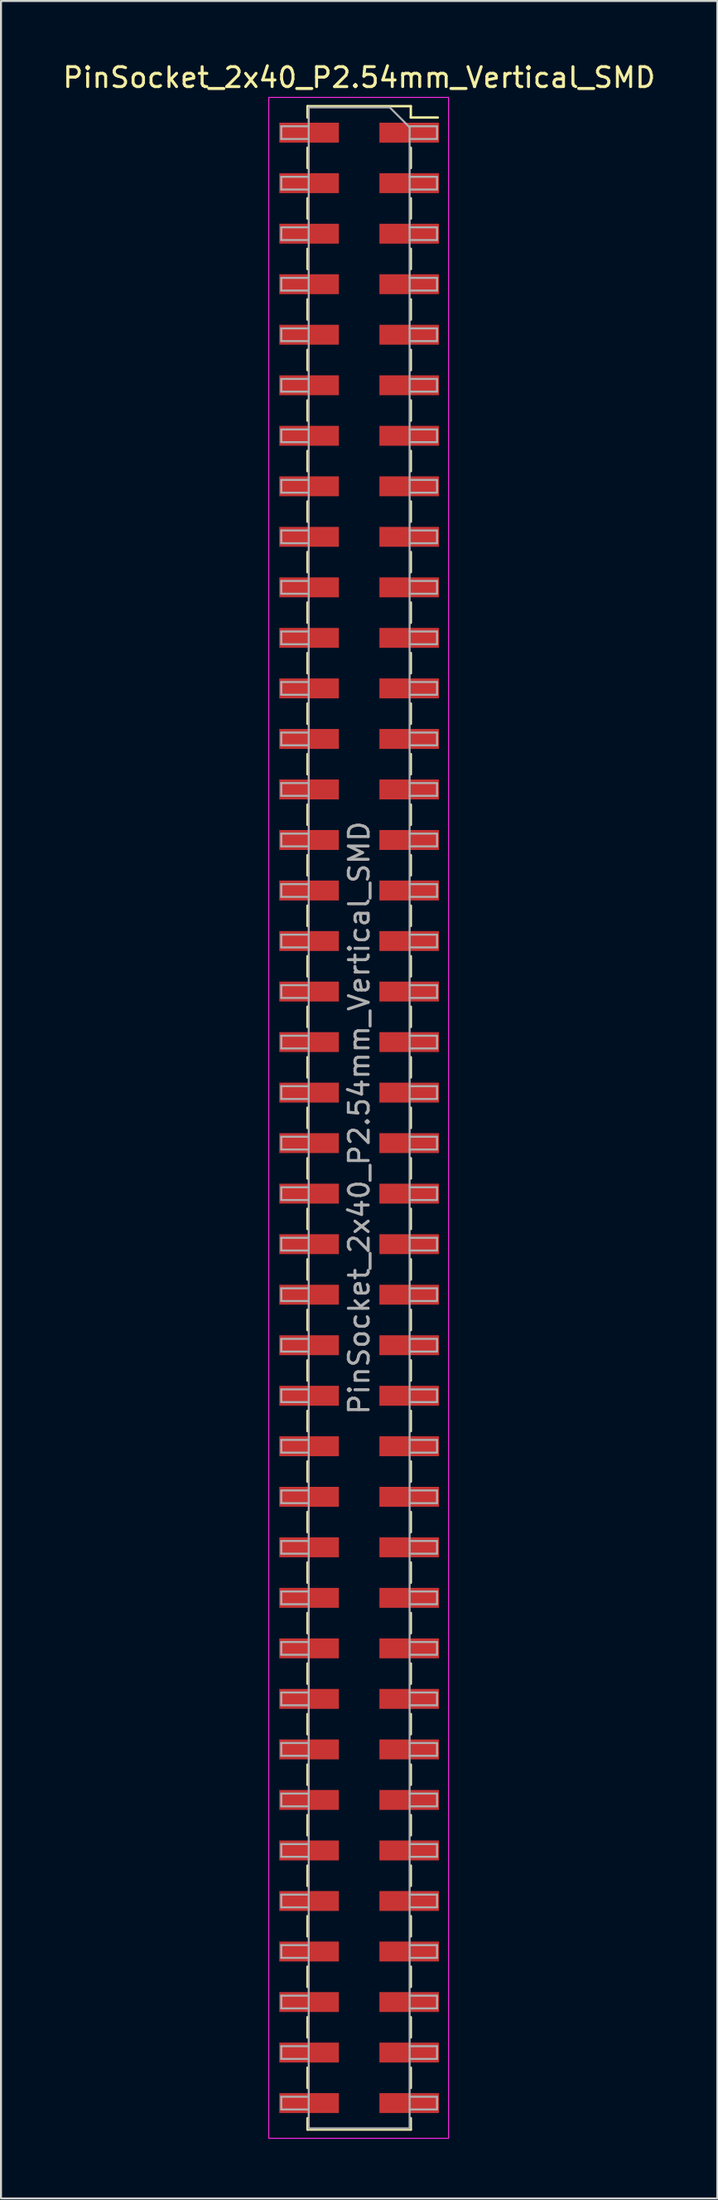
<source format=kicad_pcb>
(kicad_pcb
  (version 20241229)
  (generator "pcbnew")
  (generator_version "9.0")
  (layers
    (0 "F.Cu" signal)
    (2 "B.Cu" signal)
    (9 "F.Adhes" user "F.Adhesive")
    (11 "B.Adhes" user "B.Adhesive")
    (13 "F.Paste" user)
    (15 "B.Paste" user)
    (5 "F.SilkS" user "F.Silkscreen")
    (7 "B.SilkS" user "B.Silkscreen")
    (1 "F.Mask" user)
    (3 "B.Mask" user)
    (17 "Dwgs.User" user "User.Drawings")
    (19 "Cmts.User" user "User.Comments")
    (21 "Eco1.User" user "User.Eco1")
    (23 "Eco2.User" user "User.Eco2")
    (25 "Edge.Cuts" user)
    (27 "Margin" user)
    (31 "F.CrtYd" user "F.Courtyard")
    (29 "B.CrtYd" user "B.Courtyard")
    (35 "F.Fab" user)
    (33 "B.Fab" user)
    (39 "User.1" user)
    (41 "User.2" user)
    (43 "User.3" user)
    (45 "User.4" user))
  (footprint "PinSocket_2x40_P2.54mm_Vertical_SMD"
    (layer "F.Cu")
    (at 15.03 53.148)
    (property "Reference" "PinSocket_2x40_P2.54mm_Vertical_SMD" (at 0 -52.3 0) (layer "F.SilkS") (effects (font (size 1 1) (thickness 0.15))))
    (attr smd)
    (fp_line (start -2.6 -50.86) (end -2.6 -50.29) (stroke (width 0.12) (type solid)) (layer "F.SilkS"))
    (fp_line (start -2.6 -50.86) (end 2.6 -50.86) (stroke (width 0.12) (type solid)) (layer "F.SilkS"))
    (fp_line (start -2.6 -48.77) (end -2.6 -47.75) (stroke (width 0.12) (type solid)) (layer "F.SilkS"))
    (fp_line (start -2.6 -46.23) (end -2.6 -45.21) (stroke (width 0.12) (type solid)) (layer "F.SilkS"))
    (fp_line (start -2.6 -43.69) (end -2.6 -42.67) (stroke (width 0.12) (type solid)) (layer "F.SilkS"))
    (fp_line (start -2.6 -41.15) (end -2.6 -40.13) (stroke (width 0.12) (type solid)) (layer "F.SilkS"))
    (fp_line (start -2.6 -38.61) (end -2.6 -37.59) (stroke (width 0.12) (type solid)) (layer "F.SilkS"))
    (fp_line (start -2.6 -36.07) (end -2.6 -35.05) (stroke (width 0.12) (type solid)) (layer "F.SilkS"))
    (fp_line (start -2.6 -33.53) (end -2.6 -32.51) (stroke (width 0.12) (type solid)) (layer "F.SilkS"))
    (fp_line (start -2.6 -30.99) (end -2.6 -29.97) (stroke (width 0.12) (type solid)) (layer "F.SilkS"))
    (fp_line (start -2.6 -28.45) (end -2.6 -27.43) (stroke (width 0.12) (type solid)) (layer "F.SilkS"))
    (fp_line (start -2.6 -25.91) (end -2.6 -24.89) (stroke (width 0.12) (type solid)) (layer "F.SilkS"))
    (fp_line (start -2.6 -23.37) (end -2.6 -22.35) (stroke (width 0.12) (type solid)) (layer "F.SilkS"))
    (fp_line (start -2.6 -20.83) (end -2.6 -19.81) (stroke (width 0.12) (type solid)) (layer "F.SilkS"))
    (fp_line (start -2.6 -18.29) (end -2.6 -17.27) (stroke (width 0.12) (type solid)) (layer "F.SilkS"))
    (fp_line (start -2.6 -15.75) (end -2.6 -14.73) (stroke (width 0.12) (type solid)) (layer "F.SilkS"))
    (fp_line (start -2.6 -13.21) (end -2.6 -12.19) (stroke (width 0.12) (type solid)) (layer "F.SilkS"))
    (fp_line (start -2.6 -10.67) (end -2.6 -9.65) (stroke (width 0.12) (type solid)) (layer "F.SilkS"))
    (fp_line (start -2.6 -8.13) (end -2.6 -7.11) (stroke (width 0.12) (type solid)) (layer "F.SilkS"))
    (fp_line (start -2.6 -5.59) (end -2.6 -4.57) (stroke (width 0.12) (type solid)) (layer "F.SilkS"))
    (fp_line (start -2.6 -3.05) (end -2.6 -2.03) (stroke (width 0.12) (type solid)) (layer "F.SilkS"))
    (fp_line (start -2.6 -0.51) (end -2.6 0.51) (stroke (width 0.12) (type solid)) (layer "F.SilkS"))
    (fp_line (start -2.6 2.03) (end -2.6 3.05) (stroke (width 0.12) (type solid)) (layer "F.SilkS"))
    (fp_line (start -2.6 4.57) (end -2.6 5.59) (stroke (width 0.12) (type solid)) (layer "F.SilkS"))
    (fp_line (start -2.6 7.11) (end -2.6 8.13) (stroke (width 0.12) (type solid)) (layer "F.SilkS"))
    (fp_line (start -2.6 9.65) (end -2.6 10.67) (stroke (width 0.12) (type solid)) (layer "F.SilkS"))
    (fp_line (start -2.6 12.19) (end -2.6 13.21) (stroke (width 0.12) (type solid)) (layer "F.SilkS"))
    (fp_line (start -2.6 14.73) (end -2.6 15.75) (stroke (width 0.12) (type solid)) (layer "F.SilkS"))
    (fp_line (start -2.6 17.27) (end -2.6 18.29) (stroke (width 0.12) (type solid)) (layer "F.SilkS"))
    (fp_line (start -2.6 19.81) (end -2.6 20.83) (stroke (width 0.12) (type solid)) (layer "F.SilkS"))
    (fp_line (start -2.6 22.35) (end -2.6 23.37) (stroke (width 0.12) (type solid)) (layer "F.SilkS"))
    (fp_line (start -2.6 24.89) (end -2.6 25.91) (stroke (width 0.12) (type solid)) (layer "F.SilkS"))
    (fp_line (start -2.6 27.43) (end -2.6 28.45) (stroke (width 0.12) (type solid)) (layer "F.SilkS"))
    (fp_line (start -2.6 29.97) (end -2.6 30.99) (stroke (width 0.12) (type solid)) (layer "F.SilkS"))
    (fp_line (start -2.6 32.51) (end -2.6 33.53) (stroke (width 0.12) (type solid)) (layer "F.SilkS"))
    (fp_line (start -2.6 35.05) (end -2.6 36.07) (stroke (width 0.12) (type solid)) (layer "F.SilkS"))
    (fp_line (start -2.6 37.59) (end -2.6 38.61) (stroke (width 0.12) (type solid)) (layer "F.SilkS"))
    (fp_line (start -2.6 40.13) (end -2.6 41.15) (stroke (width 0.12) (type solid)) (layer "F.SilkS"))
    (fp_line (start -2.6 42.67) (end -2.6 43.69) (stroke (width 0.12) (type solid)) (layer "F.SilkS"))
    (fp_line (start -2.6 45.21) (end -2.6 46.23) (stroke (width 0.12) (type solid)) (layer "F.SilkS"))
    (fp_line (start -2.6 47.75) (end -2.6 48.77) (stroke (width 0.12) (type solid)) (layer "F.SilkS"))
    (fp_line (start -2.6 50.29) (end -2.6 50.86) (stroke (width 0.12) (type solid)) (layer "F.SilkS"))
    (fp_line (start -2.6 50.86) (end 2.6 50.86) (stroke (width 0.12) (type solid)) (layer "F.SilkS"))
    (fp_line (start 2.6 -50.86) (end 2.6 -50.29) (stroke (width 0.12) (type solid)) (layer "F.SilkS"))
    (fp_line (start 2.6 -50.29) (end 3.96 -50.29) (stroke (width 0.12) (type solid)) (layer "F.SilkS"))
    (fp_line (start 2.6 -48.77) (end 2.6 -47.75) (stroke (width 0.12) (type solid)) (layer "F.SilkS"))
    (fp_line (start 2.6 -46.23) (end 2.6 -45.21) (stroke (width 0.12) (type solid)) (layer "F.SilkS"))
    (fp_line (start 2.6 -43.69) (end 2.6 -42.67) (stroke (width 0.12) (type solid)) (layer "F.SilkS"))
    (fp_line (start 2.6 -41.15) (end 2.6 -40.13) (stroke (width 0.12) (type solid)) (layer "F.SilkS"))
    (fp_line (start 2.6 -38.61) (end 2.6 -37.59) (stroke (width 0.12) (type solid)) (layer "F.SilkS"))
    (fp_line (start 2.6 -36.07) (end 2.6 -35.05) (stroke (width 0.12) (type solid)) (layer "F.SilkS"))
    (fp_line (start 2.6 -33.53) (end 2.6 -32.51) (stroke (width 0.12) (type solid)) (layer "F.SilkS"))
    (fp_line (start 2.6 -30.99) (end 2.6 -29.97) (stroke (width 0.12) (type solid)) (layer "F.SilkS"))
    (fp_line (start 2.6 -28.45) (end 2.6 -27.43) (stroke (width 0.12) (type solid)) (layer "F.SilkS"))
    (fp_line (start 2.6 -25.91) (end 2.6 -24.89) (stroke (width 0.12) (type solid)) (layer "F.SilkS"))
    (fp_line (start 2.6 -23.37) (end 2.6 -22.35) (stroke (width 0.12) (type solid)) (layer "F.SilkS"))
    (fp_line (start 2.6 -20.83) (end 2.6 -19.81) (stroke (width 0.12) (type solid)) (layer "F.SilkS"))
    (fp_line (start 2.6 -18.29) (end 2.6 -17.27) (stroke (width 0.12) (type solid)) (layer "F.SilkS"))
    (fp_line (start 2.6 -15.75) (end 2.6 -14.73) (stroke (width 0.12) (type solid)) (layer "F.SilkS"))
    (fp_line (start 2.6 -13.21) (end 2.6 -12.19) (stroke (width 0.12) (type solid)) (layer "F.SilkS"))
    (fp_line (start 2.6 -10.67) (end 2.6 -9.65) (stroke (width 0.12) (type solid)) (layer "F.SilkS"))
    (fp_line (start 2.6 -8.13) (end 2.6 -7.11) (stroke (width 0.12) (type solid)) (layer "F.SilkS"))
    (fp_line (start 2.6 -5.59) (end 2.6 -4.57) (stroke (width 0.12) (type solid)) (layer "F.SilkS"))
    (fp_line (start 2.6 -3.05) (end 2.6 -2.03) (stroke (width 0.12) (type solid)) (layer "F.SilkS"))
    (fp_line (start 2.6 -0.51) (end 2.6 0.51) (stroke (width 0.12) (type solid)) (layer "F.SilkS"))
    (fp_line (start 2.6 2.03) (end 2.6 3.05) (stroke (width 0.12) (type solid)) (layer "F.SilkS"))
    (fp_line (start 2.6 4.57) (end 2.6 5.59) (stroke (width 0.12) (type solid)) (layer "F.SilkS"))
    (fp_line (start 2.6 7.11) (end 2.6 8.13) (stroke (width 0.12) (type solid)) (layer "F.SilkS"))
    (fp_line (start 2.6 9.65) (end 2.6 10.67) (stroke (width 0.12) (type solid)) (layer "F.SilkS"))
    (fp_line (start 2.6 12.19) (end 2.6 13.21) (stroke (width 0.12) (type solid)) (layer "F.SilkS"))
    (fp_line (start 2.6 14.73) (end 2.6 15.75) (stroke (width 0.12) (type solid)) (layer "F.SilkS"))
    (fp_line (start 2.6 17.27) (end 2.6 18.29) (stroke (width 0.12) (type solid)) (layer "F.SilkS"))
    (fp_line (start 2.6 19.81) (end 2.6 20.83) (stroke (width 0.12) (type solid)) (layer "F.SilkS"))
    (fp_line (start 2.6 22.35) (end 2.6 23.37) (stroke (width 0.12) (type solid)) (layer "F.SilkS"))
    (fp_line (start 2.6 24.89) (end 2.6 25.91) (stroke (width 0.12) (type solid)) (layer "F.SilkS"))
    (fp_line (start 2.6 27.43) (end 2.6 28.45) (stroke (width 0.12) (type solid)) (layer "F.SilkS"))
    (fp_line (start 2.6 29.97) (end 2.6 30.99) (stroke (width 0.12) (type solid)) (layer "F.SilkS"))
    (fp_line (start 2.6 32.51) (end 2.6 33.53) (stroke (width 0.12) (type solid)) (layer "F.SilkS"))
    (fp_line (start 2.6 35.05) (end 2.6 36.07) (stroke (width 0.12) (type solid)) (layer "F.SilkS"))
    (fp_line (start 2.6 37.59) (end 2.6 38.61) (stroke (width 0.12) (type solid)) (layer "F.SilkS"))
    (fp_line (start 2.6 40.13) (end 2.6 41.15) (stroke (width 0.12) (type solid)) (layer "F.SilkS"))
    (fp_line (start 2.6 42.67) (end 2.6 43.69) (stroke (width 0.12) (type solid)) (layer "F.SilkS"))
    (fp_line (start 2.6 45.21) (end 2.6 46.23) (stroke (width 0.12) (type solid)) (layer "F.SilkS"))
    (fp_line (start 2.6 47.75) (end 2.6 48.77) (stroke (width 0.12) (type solid)) (layer "F.SilkS"))
    (fp_line (start 2.6 50.29) (end 2.6 50.86) (stroke (width 0.12) (type solid)) (layer "F.SilkS"))
    (fp_line (start -4.55 -51.3) (end 4.5 -51.3) (stroke (width 0.05) (type solid)) (layer "F.CrtYd"))
    (fp_line (start -4.55 51.3) (end -4.55 -51.3) (stroke (width 0.05) (type solid)) (layer "F.CrtYd"))
    (fp_line (start 4.5 -51.3) (end 4.5 51.3) (stroke (width 0.05) (type solid)) (layer "F.CrtYd"))
    (fp_line (start 4.5 51.3) (end -4.55 51.3) (stroke (width 0.05) (type solid)) (layer "F.CrtYd"))
    (fp_line (start -3.92 -49.85) (end -2.54 -49.85) (stroke (width 0.1) (type solid)) (layer "F.Fab"))
    (fp_line (start -3.92 -49.21) (end -3.92 -49.85) (stroke (width 0.1) (type solid)) (layer "F.Fab"))
    (fp_line (start -3.92 -47.31) (end -2.54 -47.31) (stroke (width 0.1) (type solid)) (layer "F.Fab"))
    (fp_line (start -3.92 -46.67) (end -3.92 -47.31) (stroke (width 0.1) (type solid)) (layer "F.Fab"))
    (fp_line (start -3.92 -44.77) (end -2.54 -44.77) (stroke (width 0.1) (type solid)) (layer "F.Fab"))
    (fp_line (start -3.92 -44.13) (end -3.92 -44.77) (stroke (width 0.1) (type solid)) (layer "F.Fab"))
    (fp_line (start -3.92 -42.23) (end -2.54 -42.23) (stroke (width 0.1) (type solid)) (layer "F.Fab"))
    (fp_line (start -3.92 -41.59) (end -3.92 -42.23) (stroke (width 0.1) (type solid)) (layer "F.Fab"))
    (fp_line (start -3.92 -39.69) (end -2.54 -39.69) (stroke (width 0.1) (type solid)) (layer "F.Fab"))
    (fp_line (start -3.92 -39.05) (end -3.92 -39.69) (stroke (width 0.1) (type solid)) (layer "F.Fab"))
    (fp_line (start -3.92 -37.15) (end -2.54 -37.15) (stroke (width 0.1) (type solid)) (layer "F.Fab"))
    (fp_line (start -3.92 -36.51) (end -3.92 -37.15) (stroke (width 0.1) (type solid)) (layer "F.Fab"))
    (fp_line (start -3.92 -34.61) (end -2.54 -34.61) (stroke (width 0.1) (type solid)) (layer "F.Fab"))
    (fp_line (start -3.92 -33.97) (end -3.92 -34.61) (stroke (width 0.1) (type solid)) (layer "F.Fab"))
    (fp_line (start -3.92 -32.07) (end -2.54 -32.07) (stroke (width 0.1) (type solid)) (layer "F.Fab"))
    (fp_line (start -3.92 -31.43) (end -3.92 -32.07) (stroke (width 0.1) (type solid)) (layer "F.Fab"))
    (fp_line (start -3.92 -29.53) (end -2.54 -29.53) (stroke (width 0.1) (type solid)) (layer "F.Fab"))
    (fp_line (start -3.92 -28.89) (end -3.92 -29.53) (stroke (width 0.1) (type solid)) (layer "F.Fab"))
    (fp_line (start -3.92 -26.99) (end -2.54 -26.99) (stroke (width 0.1) (type solid)) (layer "F.Fab"))
    (fp_line (start -3.92 -26.35) (end -3.92 -26.99) (stroke (width 0.1) (type solid)) (layer "F.Fab"))
    (fp_line (start -3.92 -24.45) (end -2.54 -24.45) (stroke (width 0.1) (type solid)) (layer "F.Fab"))
    (fp_line (start -3.92 -23.81) (end -3.92 -24.45) (stroke (width 0.1) (type solid)) (layer "F.Fab"))
    (fp_line (start -3.92 -21.91) (end -2.54 -21.91) (stroke (width 0.1) (type solid)) (layer "F.Fab"))
    (fp_line (start -3.92 -21.27) (end -3.92 -21.91) (stroke (width 0.1) (type solid)) (layer "F.Fab"))
    (fp_line (start -3.92 -19.37) (end -2.54 -19.37) (stroke (width 0.1) (type solid)) (layer "F.Fab"))
    (fp_line (start -3.92 -18.73) (end -3.92 -19.37) (stroke (width 0.1) (type solid)) (layer "F.Fab"))
    (fp_line (start -3.92 -16.83) (end -2.54 -16.83) (stroke (width 0.1) (type solid)) (layer "F.Fab"))
    (fp_line (start -3.92 -16.19) (end -3.92 -16.83) (stroke (width 0.1) (type solid)) (layer "F.Fab"))
    (fp_line (start -3.92 -14.29) (end -2.54 -14.29) (stroke (width 0.1) (type solid)) (layer "F.Fab"))
    (fp_line (start -3.92 -13.65) (end -3.92 -14.29) (stroke (width 0.1) (type solid)) (layer "F.Fab"))
    (fp_line (start -3.92 -11.75) (end -2.54 -11.75) (stroke (width 0.1) (type solid)) (layer "F.Fab"))
    (fp_line (start -3.92 -11.11) (end -3.92 -11.75) (stroke (width 0.1) (type solid)) (layer "F.Fab"))
    (fp_line (start -3.92 -9.21) (end -2.54 -9.21) (stroke (width 0.1) (type solid)) (layer "F.Fab"))
    (fp_line (start -3.92 -8.57) (end -3.92 -9.21) (stroke (width 0.1) (type solid)) (layer "F.Fab"))
    (fp_line (start -3.92 -6.67) (end -2.54 -6.67) (stroke (width 0.1) (type solid)) (layer "F.Fab"))
    (fp_line (start -3.92 -6.03) (end -3.92 -6.67) (stroke (width 0.1) (type solid)) (layer "F.Fab"))
    (fp_line (start -3.92 -4.13) (end -2.54 -4.13) (stroke (width 0.1) (type solid)) (layer "F.Fab"))
    (fp_line (start -3.92 -3.49) (end -3.92 -4.13) (stroke (width 0.1) (type solid)) (layer "F.Fab"))
    (fp_line (start -3.92 -1.59) (end -2.54 -1.59) (stroke (width 0.1) (type solid)) (layer "F.Fab"))
    (fp_line (start -3.92 -0.95) (end -3.92 -1.59) (stroke (width 0.1) (type solid)) (layer "F.Fab"))
    (fp_line (start -3.92 0.95) (end -2.54 0.95) (stroke (width 0.1) (type solid)) (layer "F.Fab"))
    (fp_line (start -3.92 1.59) (end -3.92 0.95) (stroke (width 0.1) (type solid)) (layer "F.Fab"))
    (fp_line (start -3.92 3.49) (end -2.54 3.49) (stroke (width 0.1) (type solid)) (layer "F.Fab"))
    (fp_line (start -3.92 4.13) (end -3.92 3.49) (stroke (width 0.1) (type solid)) (layer "F.Fab"))
    (fp_line (start -3.92 6.03) (end -2.54 6.03) (stroke (width 0.1) (type solid)) (layer "F.Fab"))
    (fp_line (start -3.92 6.67) (end -3.92 6.03) (stroke (width 0.1) (type solid)) (layer "F.Fab"))
    (fp_line (start -3.92 8.57) (end -2.54 8.57) (stroke (width 0.1) (type solid)) (layer "F.Fab"))
    (fp_line (start -3.92 9.21) (end -3.92 8.57) (stroke (width 0.1) (type solid)) (layer "F.Fab"))
    (fp_line (start -3.92 11.11) (end -2.54 11.11) (stroke (width 0.1) (type solid)) (layer "F.Fab"))
    (fp_line (start -3.92 11.75) (end -3.92 11.11) (stroke (width 0.1) (type solid)) (layer "F.Fab"))
    (fp_line (start -3.92 13.65) (end -2.54 13.65) (stroke (width 0.1) (type solid)) (layer "F.Fab"))
    (fp_line (start -3.92 14.29) (end -3.92 13.65) (stroke (width 0.1) (type solid)) (layer "F.Fab"))
    (fp_line (start -3.92 16.19) (end -2.54 16.19) (stroke (width 0.1) (type solid)) (layer "F.Fab"))
    (fp_line (start -3.92 16.83) (end -3.92 16.19) (stroke (width 0.1) (type solid)) (layer "F.Fab"))
    (fp_line (start -3.92 18.73) (end -2.54 18.73) (stroke (width 0.1) (type solid)) (layer "F.Fab"))
    (fp_line (start -3.92 19.37) (end -3.92 18.73) (stroke (width 0.1) (type solid)) (layer "F.Fab"))
    (fp_line (start -3.92 21.27) (end -2.54 21.27) (stroke (width 0.1) (type solid)) (layer "F.Fab"))
    (fp_line (start -3.92 21.91) (end -3.92 21.27) (stroke (width 0.1) (type solid)) (layer "F.Fab"))
    (fp_line (start -3.92 23.81) (end -2.54 23.81) (stroke (width 0.1) (type solid)) (layer "F.Fab"))
    (fp_line (start -3.92 24.45) (end -3.92 23.81) (stroke (width 0.1) (type solid)) (layer "F.Fab"))
    (fp_line (start -3.92 26.35) (end -2.54 26.35) (stroke (width 0.1) (type solid)) (layer "F.Fab"))
    (fp_line (start -3.92 26.99) (end -3.92 26.35) (stroke (width 0.1) (type solid)) (layer "F.Fab"))
    (fp_line (start -3.92 28.89) (end -2.54 28.89) (stroke (width 0.1) (type solid)) (layer "F.Fab"))
    (fp_line (start -3.92 29.53) (end -3.92 28.89) (stroke (width 0.1) (type solid)) (layer "F.Fab"))
    (fp_line (start -3.92 31.43) (end -2.54 31.43) (stroke (width 0.1) (type solid)) (layer "F.Fab"))
    (fp_line (start -3.92 32.07) (end -3.92 31.43) (stroke (width 0.1) (type solid)) (layer "F.Fab"))
    (fp_line (start -3.92 33.97) (end -2.54 33.97) (stroke (width 0.1) (type solid)) (layer "F.Fab"))
    (fp_line (start -3.92 34.61) (end -3.92 33.97) (stroke (width 0.1) (type solid)) (layer "F.Fab"))
    (fp_line (start -3.92 36.51) (end -2.54 36.51) (stroke (width 0.1) (type solid)) (layer "F.Fab"))
    (fp_line (start -3.92 37.15) (end -3.92 36.51) (stroke (width 0.1) (type solid)) (layer "F.Fab"))
    (fp_line (start -3.92 39.05) (end -2.54 39.05) (stroke (width 0.1) (type solid)) (layer "F.Fab"))
    (fp_line (start -3.92 39.69) (end -3.92 39.05) (stroke (width 0.1) (type solid)) (layer "F.Fab"))
    (fp_line (start -3.92 41.59) (end -2.54 41.59) (stroke (width 0.1) (type solid)) (layer "F.Fab"))
    (fp_line (start -3.92 42.23) (end -3.92 41.59) (stroke (width 0.1) (type solid)) (layer "F.Fab"))
    (fp_line (start -3.92 44.13) (end -2.54 44.13) (stroke (width 0.1) (type solid)) (layer "F.Fab"))
    (fp_line (start -3.92 44.77) (end -3.92 44.13) (stroke (width 0.1) (type solid)) (layer "F.Fab"))
    (fp_line (start -3.92 46.67) (end -2.54 46.67) (stroke (width 0.1) (type solid)) (layer "F.Fab"))
    (fp_line (start -3.92 47.31) (end -3.92 46.67) (stroke (width 0.1) (type solid)) (layer "F.Fab"))
    (fp_line (start -3.92 49.21) (end -2.54 49.21) (stroke (width 0.1) (type solid)) (layer "F.Fab"))
    (fp_line (start -3.92 49.85) (end -3.92 49.21) (stroke (width 0.1) (type solid)) (layer "F.Fab"))
    (fp_line (start -2.54 -50.8) (end 1.54 -50.8) (stroke (width 0.1) (type solid)) (layer "F.Fab"))
    (fp_line (start -2.54 -49.21) (end -3.92 -49.21) (stroke (width 0.1) (type solid)) (layer "F.Fab"))
    (fp_line (start -2.54 -46.67) (end -3.92 -46.67) (stroke (width 0.1) (type solid)) (layer "F.Fab"))
    (fp_line (start -2.54 -44.13) (end -3.92 -44.13) (stroke (width 0.1) (type solid)) (layer "F.Fab"))
    (fp_line (start -2.54 -41.59) (end -3.92 -41.59) (stroke (width 0.1) (type solid)) (layer "F.Fab"))
    (fp_line (start -2.54 -39.05) (end -3.92 -39.05) (stroke (width 0.1) (type solid)) (layer "F.Fab"))
    (fp_line (start -2.54 -36.51) (end -3.92 -36.51) (stroke (width 0.1) (type solid)) (layer "F.Fab"))
    (fp_line (start -2.54 -33.97) (end -3.92 -33.97) (stroke (width 0.1) (type solid)) (layer "F.Fab"))
    (fp_line (start -2.54 -31.43) (end -3.92 -31.43) (stroke (width 0.1) (type solid)) (layer "F.Fab"))
    (fp_line (start -2.54 -28.89) (end -3.92 -28.89) (stroke (width 0.1) (type solid)) (layer "F.Fab"))
    (fp_line (start -2.54 -26.35) (end -3.92 -26.35) (stroke (width 0.1) (type solid)) (layer "F.Fab"))
    (fp_line (start -2.54 -23.81) (end -3.92 -23.81) (stroke (width 0.1) (type solid)) (layer "F.Fab"))
    (fp_line (start -2.54 -21.27) (end -3.92 -21.27) (stroke (width 0.1) (type solid)) (layer "F.Fab"))
    (fp_line (start -2.54 -18.73) (end -3.92 -18.73) (stroke (width 0.1) (type solid)) (layer "F.Fab"))
    (fp_line (start -2.54 -16.19) (end -3.92 -16.19) (stroke (width 0.1) (type solid)) (layer "F.Fab"))
    (fp_line (start -2.54 -13.65) (end -3.92 -13.65) (stroke (width 0.1) (type solid)) (layer "F.Fab"))
    (fp_line (start -2.54 -11.11) (end -3.92 -11.11) (stroke (width 0.1) (type solid)) (layer "F.Fab"))
    (fp_line (start -2.54 -8.57) (end -3.92 -8.57) (stroke (width 0.1) (type solid)) (layer "F.Fab"))
    (fp_line (start -2.54 -6.03) (end -3.92 -6.03) (stroke (width 0.1) (type solid)) (layer "F.Fab"))
    (fp_line (start -2.54 -3.49) (end -3.92 -3.49) (stroke (width 0.1) (type solid)) (layer "F.Fab"))
    (fp_line (start -2.54 -0.95) (end -3.92 -0.95) (stroke (width 0.1) (type solid)) (layer "F.Fab"))
    (fp_line (start -2.54 1.59) (end -3.92 1.59) (stroke (width 0.1) (type solid)) (layer "F.Fab"))
    (fp_line (start -2.54 4.13) (end -3.92 4.13) (stroke (width 0.1) (type solid)) (layer "F.Fab"))
    (fp_line (start -2.54 6.67) (end -3.92 6.67) (stroke (width 0.1) (type solid)) (layer "F.Fab"))
    (fp_line (start -2.54 9.21) (end -3.92 9.21) (stroke (width 0.1) (type solid)) (layer "F.Fab"))
    (fp_line (start -2.54 11.75) (end -3.92 11.75) (stroke (width 0.1) (type solid)) (layer "F.Fab"))
    (fp_line (start -2.54 14.29) (end -3.92 14.29) (stroke (width 0.1) (type solid)) (layer "F.Fab"))
    (fp_line (start -2.54 16.83) (end -3.92 16.83) (stroke (width 0.1) (type solid)) (layer "F.Fab"))
    (fp_line (start -2.54 19.37) (end -3.92 19.37) (stroke (width 0.1) (type solid)) (layer "F.Fab"))
    (fp_line (start -2.54 21.91) (end -3.92 21.91) (stroke (width 0.1) (type solid)) (layer "F.Fab"))
    (fp_line (start -2.54 24.45) (end -3.92 24.45) (stroke (width 0.1) (type solid)) (layer "F.Fab"))
    (fp_line (start -2.54 26.99) (end -3.92 26.99) (stroke (width 0.1) (type solid)) (layer "F.Fab"))
    (fp_line (start -2.54 29.53) (end -3.92 29.53) (stroke (width 0.1) (type solid)) (layer "F.Fab"))
    (fp_line (start -2.54 32.07) (end -3.92 32.07) (stroke (width 0.1) (type solid)) (layer "F.Fab"))
    (fp_line (start -2.54 34.61) (end -3.92 34.61) (stroke (width 0.1) (type solid)) (layer "F.Fab"))
    (fp_line (start -2.54 37.15) (end -3.92 37.15) (stroke (width 0.1) (type solid)) (layer "F.Fab"))
    (fp_line (start -2.54 39.69) (end -3.92 39.69) (stroke (width 0.1) (type solid)) (layer "F.Fab"))
    (fp_line (start -2.54 42.23) (end -3.92 42.23) (stroke (width 0.1) (type solid)) (layer "F.Fab"))
    (fp_line (start -2.54 44.77) (end -3.92 44.77) (stroke (width 0.1) (type solid)) (layer "F.Fab"))
    (fp_line (start -2.54 47.31) (end -3.92 47.31) (stroke (width 0.1) (type solid)) (layer "F.Fab"))
    (fp_line (start -2.54 49.85) (end -3.92 49.85) (stroke (width 0.1) (type solid)) (layer "F.Fab"))
    (fp_line (start -2.54 50.8) (end -2.54 -50.8) (stroke (width 0.1) (type solid)) (layer "F.Fab"))
    (fp_line (start 1.54 -50.8) (end 2.54 -49.8) (stroke (width 0.1) (type solid)) (layer "F.Fab"))
    (fp_line (start 2.54 -49.85) (end 3.92 -49.85) (stroke (width 0.1) (type solid)) (layer "F.Fab"))
    (fp_line (start 2.54 -49.8) (end 2.54 50.8) (stroke (width 0.1) (type solid)) (layer "F.Fab"))
    (fp_line (start 2.54 -47.31) (end 3.92 -47.31) (stroke (width 0.1) (type solid)) (layer "F.Fab"))
    (fp_line (start 2.54 -44.77) (end 3.92 -44.77) (stroke (width 0.1) (type solid)) (layer "F.Fab"))
    (fp_line (start 2.54 -42.23) (end 3.92 -42.23) (stroke (width 0.1) (type solid)) (layer "F.Fab"))
    (fp_line (start 2.54 -39.69) (end 3.92 -39.69) (stroke (width 0.1) (type solid)) (layer "F.Fab"))
    (fp_line (start 2.54 -37.15) (end 3.92 -37.15) (stroke (width 0.1) (type solid)) (layer "F.Fab"))
    (fp_line (start 2.54 -34.61) (end 3.92 -34.61) (stroke (width 0.1) (type solid)) (layer "F.Fab"))
    (fp_line (start 2.54 -32.07) (end 3.92 -32.07) (stroke (width 0.1) (type solid)) (layer "F.Fab"))
    (fp_line (start 2.54 -29.53) (end 3.92 -29.53) (stroke (width 0.1) (type solid)) (layer "F.Fab"))
    (fp_line (start 2.54 -26.99) (end 3.92 -26.99) (stroke (width 0.1) (type solid)) (layer "F.Fab"))
    (fp_line (start 2.54 -24.45) (end 3.92 -24.45) (stroke (width 0.1) (type solid)) (layer "F.Fab"))
    (fp_line (start 2.54 -21.91) (end 3.92 -21.91) (stroke (width 0.1) (type solid)) (layer "F.Fab"))
    (fp_line (start 2.54 -19.37) (end 3.92 -19.37) (stroke (width 0.1) (type solid)) (layer "F.Fab"))
    (fp_line (start 2.54 -16.83) (end 3.92 -16.83) (stroke (width 0.1) (type solid)) (layer "F.Fab"))
    (fp_line (start 2.54 -14.29) (end 3.92 -14.29) (stroke (width 0.1) (type solid)) (layer "F.Fab"))
    (fp_line (start 2.54 -11.75) (end 3.92 -11.75) (stroke (width 0.1) (type solid)) (layer "F.Fab"))
    (fp_line (start 2.54 -9.21) (end 3.92 -9.21) (stroke (width 0.1) (type solid)) (layer "F.Fab"))
    (fp_line (start 2.54 -6.67) (end 3.92 -6.67) (stroke (width 0.1) (type solid)) (layer "F.Fab"))
    (fp_line (start 2.54 -4.13) (end 3.92 -4.13) (stroke (width 0.1) (type solid)) (layer "F.Fab"))
    (fp_line (start 2.54 -1.59) (end 3.92 -1.59) (stroke (width 0.1) (type solid)) (layer "F.Fab"))
    (fp_line (start 2.54 0.95) (end 3.92 0.95) (stroke (width 0.1) (type solid)) (layer "F.Fab"))
    (fp_line (start 2.54 3.49) (end 3.92 3.49) (stroke (width 0.1) (type solid)) (layer "F.Fab"))
    (fp_line (start 2.54 6.03) (end 3.92 6.03) (stroke (width 0.1) (type solid)) (layer "F.Fab"))
    (fp_line (start 2.54 8.57) (end 3.92 8.57) (stroke (width 0.1) (type solid)) (layer "F.Fab"))
    (fp_line (start 2.54 11.11) (end 3.92 11.11) (stroke (width 0.1) (type solid)) (layer "F.Fab"))
    (fp_line (start 2.54 13.65) (end 3.92 13.65) (stroke (width 0.1) (type solid)) (layer "F.Fab"))
    (fp_line (start 2.54 16.19) (end 3.92 16.19) (stroke (width 0.1) (type solid)) (layer "F.Fab"))
    (fp_line (start 2.54 18.73) (end 3.92 18.73) (stroke (width 0.1) (type solid)) (layer "F.Fab"))
    (fp_line (start 2.54 21.27) (end 3.92 21.27) (stroke (width 0.1) (type solid)) (layer "F.Fab"))
    (fp_line (start 2.54 23.81) (end 3.92 23.81) (stroke (width 0.1) (type solid)) (layer "F.Fab"))
    (fp_line (start 2.54 26.35) (end 3.92 26.35) (stroke (width 0.1) (type solid)) (layer "F.Fab"))
    (fp_line (start 2.54 28.89) (end 3.92 28.89) (stroke (width 0.1) (type solid)) (layer "F.Fab"))
    (fp_line (start 2.54 31.43) (end 3.92 31.43) (stroke (width 0.1) (type solid)) (layer "F.Fab"))
    (fp_line (start 2.54 33.97) (end 3.92 33.97) (stroke (width 0.1) (type solid)) (layer "F.Fab"))
    (fp_line (start 2.54 36.51) (end 3.92 36.51) (stroke (width 0.1) (type solid)) (layer "F.Fab"))
    (fp_line (start 2.54 39.05) (end 3.92 39.05) (stroke (width 0.1) (type solid)) (layer "F.Fab"))
    (fp_line (start 2.54 41.59) (end 3.92 41.59) (stroke (width 0.1) (type solid)) (layer "F.Fab"))
    (fp_line (start 2.54 44.13) (end 3.92 44.13) (stroke (width 0.1) (type solid)) (layer "F.Fab"))
    (fp_line (start 2.54 46.67) (end 3.92 46.67) (stroke (width 0.1) (type solid)) (layer "F.Fab"))
    (fp_line (start 2.54 49.21) (end 3.92 49.21) (stroke (width 0.1) (type solid)) (layer "F.Fab"))
    (fp_line (start 2.54 50.8) (end -2.54 50.8) (stroke (width 0.1) (type solid)) (layer "F.Fab"))
    (fp_line (start 3.92 -49.85) (end 3.92 -49.21) (stroke (width 0.1) (type solid)) (layer "F.Fab"))
    (fp_line (start 3.92 -49.21) (end 2.54 -49.21) (stroke (width 0.1) (type solid)) (layer "F.Fab"))
    (fp_line (start 3.92 -47.31) (end 3.92 -46.67) (stroke (width 0.1) (type solid)) (layer "F.Fab"))
    (fp_line (start 3.92 -46.67) (end 2.54 -46.67) (stroke (width 0.1) (type solid)) (layer "F.Fab"))
    (fp_line (start 3.92 -44.77) (end 3.92 -44.13) (stroke (width 0.1) (type solid)) (layer "F.Fab"))
    (fp_line (start 3.92 -44.13) (end 2.54 -44.13) (stroke (width 0.1) (type solid)) (layer "F.Fab"))
    (fp_line (start 3.92 -42.23) (end 3.92 -41.59) (stroke (width 0.1) (type solid)) (layer "F.Fab"))
    (fp_line (start 3.92 -41.59) (end 2.54 -41.59) (stroke (width 0.1) (type solid)) (layer "F.Fab"))
    (fp_line (start 3.92 -39.69) (end 3.92 -39.05) (stroke (width 0.1) (type solid)) (layer "F.Fab"))
    (fp_line (start 3.92 -39.05) (end 2.54 -39.05) (stroke (width 0.1) (type solid)) (layer "F.Fab"))
    (fp_line (start 3.92 -37.15) (end 3.92 -36.51) (stroke (width 0.1) (type solid)) (layer "F.Fab"))
    (fp_line (start 3.92 -36.51) (end 2.54 -36.51) (stroke (width 0.1) (type solid)) (layer "F.Fab"))
    (fp_line (start 3.92 -34.61) (end 3.92 -33.97) (stroke (width 0.1) (type solid)) (layer "F.Fab"))
    (fp_line (start 3.92 -33.97) (end 2.54 -33.97) (stroke (width 0.1) (type solid)) (layer "F.Fab"))
    (fp_line (start 3.92 -32.07) (end 3.92 -31.43) (stroke (width 0.1) (type solid)) (layer "F.Fab"))
    (fp_line (start 3.92 -31.43) (end 2.54 -31.43) (stroke (width 0.1) (type solid)) (layer "F.Fab"))
    (fp_line (start 3.92 -29.53) (end 3.92 -28.89) (stroke (width 0.1) (type solid)) (layer "F.Fab"))
    (fp_line (start 3.92 -28.89) (end 2.54 -28.89) (stroke (width 0.1) (type solid)) (layer "F.Fab"))
    (fp_line (start 3.92 -26.99) (end 3.92 -26.35) (stroke (width 0.1) (type solid)) (layer "F.Fab"))
    (fp_line (start 3.92 -26.35) (end 2.54 -26.35) (stroke (width 0.1) (type solid)) (layer "F.Fab"))
    (fp_line (start 3.92 -24.45) (end 3.92 -23.81) (stroke (width 0.1) (type solid)) (layer "F.Fab"))
    (fp_line (start 3.92 -23.81) (end 2.54 -23.81) (stroke (width 0.1) (type solid)) (layer "F.Fab"))
    (fp_line (start 3.92 -21.91) (end 3.92 -21.27) (stroke (width 0.1) (type solid)) (layer "F.Fab"))
    (fp_line (start 3.92 -21.27) (end 2.54 -21.27) (stroke (width 0.1) (type solid)) (layer "F.Fab"))
    (fp_line (start 3.92 -19.37) (end 3.92 -18.73) (stroke (width 0.1) (type solid)) (layer "F.Fab"))
    (fp_line (start 3.92 -18.73) (end 2.54 -18.73) (stroke (width 0.1) (type solid)) (layer "F.Fab"))
    (fp_line (start 3.92 -16.83) (end 3.92 -16.19) (stroke (width 0.1) (type solid)) (layer "F.Fab"))
    (fp_line (start 3.92 -16.19) (end 2.54 -16.19) (stroke (width 0.1) (type solid)) (layer "F.Fab"))
    (fp_line (start 3.92 -14.29) (end 3.92 -13.65) (stroke (width 0.1) (type solid)) (layer "F.Fab"))
    (fp_line (start 3.92 -13.65) (end 2.54 -13.65) (stroke (width 0.1) (type solid)) (layer "F.Fab"))
    (fp_line (start 3.92 -11.75) (end 3.92 -11.11) (stroke (width 0.1) (type solid)) (layer "F.Fab"))
    (fp_line (start 3.92 -11.11) (end 2.54 -11.11) (stroke (width 0.1) (type solid)) (layer "F.Fab"))
    (fp_line (start 3.92 -9.21) (end 3.92 -8.57) (stroke (width 0.1) (type solid)) (layer "F.Fab"))
    (fp_line (start 3.92 -8.57) (end 2.54 -8.57) (stroke (width 0.1) (type solid)) (layer "F.Fab"))
    (fp_line (start 3.92 -6.67) (end 3.92 -6.03) (stroke (width 0.1) (type solid)) (layer "F.Fab"))
    (fp_line (start 3.92 -6.03) (end 2.54 -6.03) (stroke (width 0.1) (type solid)) (layer "F.Fab"))
    (fp_line (start 3.92 -4.13) (end 3.92 -3.49) (stroke (width 0.1) (type solid)) (layer "F.Fab"))
    (fp_line (start 3.92 -3.49) (end 2.54 -3.49) (stroke (width 0.1) (type solid)) (layer "F.Fab"))
    (fp_line (start 3.92 -1.59) (end 3.92 -0.95) (stroke (width 0.1) (type solid)) (layer "F.Fab"))
    (fp_line (start 3.92 -0.95) (end 2.54 -0.95) (stroke (width 0.1) (type solid)) (layer "F.Fab"))
    (fp_line (start 3.92 0.95) (end 3.92 1.59) (stroke (width 0.1) (type solid)) (layer "F.Fab"))
    (fp_line (start 3.92 1.59) (end 2.54 1.59) (stroke (width 0.1) (type solid)) (layer "F.Fab"))
    (fp_line (start 3.92 3.49) (end 3.92 4.13) (stroke (width 0.1) (type solid)) (layer "F.Fab"))
    (fp_line (start 3.92 4.13) (end 2.54 4.13) (stroke (width 0.1) (type solid)) (layer "F.Fab"))
    (fp_line (start 3.92 6.03) (end 3.92 6.67) (stroke (width 0.1) (type solid)) (layer "F.Fab"))
    (fp_line (start 3.92 6.67) (end 2.54 6.67) (stroke (width 0.1) (type solid)) (layer "F.Fab"))
    (fp_line (start 3.92 8.57) (end 3.92 9.21) (stroke (width 0.1) (type solid)) (layer "F.Fab"))
    (fp_line (start 3.92 9.21) (end 2.54 9.21) (stroke (width 0.1) (type solid)) (layer "F.Fab"))
    (fp_line (start 3.92 11.11) (end 3.92 11.75) (stroke (width 0.1) (type solid)) (layer "F.Fab"))
    (fp_line (start 3.92 11.75) (end 2.54 11.75) (stroke (width 0.1) (type solid)) (layer "F.Fab"))
    (fp_line (start 3.92 13.65) (end 3.92 14.29) (stroke (width 0.1) (type solid)) (layer "F.Fab"))
    (fp_line (start 3.92 14.29) (end 2.54 14.29) (stroke (width 0.1) (type solid)) (layer "F.Fab"))
    (fp_line (start 3.92 16.19) (end 3.92 16.83) (stroke (width 0.1) (type solid)) (layer "F.Fab"))
    (fp_line (start 3.92 16.83) (end 2.54 16.83) (stroke (width 0.1) (type solid)) (layer "F.Fab"))
    (fp_line (start 3.92 18.73) (end 3.92 19.37) (stroke (width 0.1) (type solid)) (layer "F.Fab"))
    (fp_line (start 3.92 19.37) (end 2.54 19.37) (stroke (width 0.1) (type solid)) (layer "F.Fab"))
    (fp_line (start 3.92 21.27) (end 3.92 21.91) (stroke (width 0.1) (type solid)) (layer "F.Fab"))
    (fp_line (start 3.92 21.91) (end 2.54 21.91) (stroke (width 0.1) (type solid)) (layer "F.Fab"))
    (fp_line (start 3.92 23.81) (end 3.92 24.45) (stroke (width 0.1) (type solid)) (layer "F.Fab"))
    (fp_line (start 3.92 24.45) (end 2.54 24.45) (stroke (width 0.1) (type solid)) (layer "F.Fab"))
    (fp_line (start 3.92 26.35) (end 3.92 26.99) (stroke (width 0.1) (type solid)) (layer "F.Fab"))
    (fp_line (start 3.92 26.99) (end 2.54 26.99) (stroke (width 0.1) (type solid)) (layer "F.Fab"))
    (fp_line (start 3.92 28.89) (end 3.92 29.53) (stroke (width 0.1) (type solid)) (layer "F.Fab"))
    (fp_line (start 3.92 29.53) (end 2.54 29.53) (stroke (width 0.1) (type solid)) (layer "F.Fab"))
    (fp_line (start 3.92 31.43) (end 3.92 32.07) (stroke (width 0.1) (type solid)) (layer "F.Fab"))
    (fp_line (start 3.92 32.07) (end 2.54 32.07) (stroke (width 0.1) (type solid)) (layer "F.Fab"))
    (fp_line (start 3.92 33.97) (end 3.92 34.61) (stroke (width 0.1) (type solid)) (layer "F.Fab"))
    (fp_line (start 3.92 34.61) (end 2.54 34.61) (stroke (width 0.1) (type solid)) (layer "F.Fab"))
    (fp_line (start 3.92 36.51) (end 3.92 37.15) (stroke (width 0.1) (type solid)) (layer "F.Fab"))
    (fp_line (start 3.92 37.15) (end 2.54 37.15) (stroke (width 0.1) (type solid)) (layer "F.Fab"))
    (fp_line (start 3.92 39.05) (end 3.92 39.69) (stroke (width 0.1) (type solid)) (layer "F.Fab"))
    (fp_line (start 3.92 39.69) (end 2.54 39.69) (stroke (width 0.1) (type solid)) (layer "F.Fab"))
    (fp_line (start 3.92 41.59) (end 3.92 42.23) (stroke (width 0.1) (type solid)) (layer "F.Fab"))
    (fp_line (start 3.92 42.23) (end 2.54 42.23) (stroke (width 0.1) (type solid)) (layer "F.Fab"))
    (fp_line (start 3.92 44.13) (end 3.92 44.77) (stroke (width 0.1) (type solid)) (layer "F.Fab"))
    (fp_line (start 3.92 44.77) (end 2.54 44.77) (stroke (width 0.1) (type solid)) (layer "F.Fab"))
    (fp_line (start 3.92 46.67) (end 3.92 47.31) (stroke (width 0.1) (type solid)) (layer "F.Fab"))
    (fp_line (start 3.92 47.31) (end 2.54 47.31) (stroke (width 0.1) (type solid)) (layer "F.Fab"))
    (fp_line (start 3.92 49.21) (end 3.92 49.85) (stroke (width 0.1) (type solid)) (layer "F.Fab"))
    (fp_line (start 3.92 49.85) (end 2.54 49.85) (stroke (width 0.1) (type solid)) (layer "F.Fab"))
    (fp_text user "${REFERENCE}" (at 0 0 90) (layer "F.Fab") (effects (font (size 1 1) (thickness 0.15))))
    (pad "1" smd rect (at 2.52 -49.53) (size 3 1) (layers "F.Cu" "F.Mask" "F.Paste"))
    (pad "2" smd rect (at -2.52 -49.53) (size 3 1) (layers "F.Cu" "F.Mask" "F.Paste"))
    (pad "3" smd rect (at 2.52 -46.99) (size 3 1) (layers "F.Cu" "F.Mask" "F.Paste"))
    (pad "4" smd rect (at -2.52 -46.99) (size 3 1) (layers "F.Cu" "F.Mask" "F.Paste"))
    (pad "5" smd rect (at 2.52 -44.45) (size 3 1) (layers "F.Cu" "F.Mask" "F.Paste"))
    (pad "6" smd rect (at -2.52 -44.45) (size 3 1) (layers "F.Cu" "F.Mask" "F.Paste"))
    (pad "7" smd rect (at 2.52 -41.91) (size 3 1) (layers "F.Cu" "F.Mask" "F.Paste"))
    (pad "8" smd rect (at -2.52 -41.91) (size 3 1) (layers "F.Cu" "F.Mask" "F.Paste"))
    (pad "9" smd rect (at 2.52 -39.37) (size 3 1) (layers "F.Cu" "F.Mask" "F.Paste"))
    (pad "10" smd rect (at -2.52 -39.37) (size 3 1) (layers "F.Cu" "F.Mask" "F.Paste"))
    (pad "11" smd rect (at 2.52 -36.83) (size 3 1) (layers "F.Cu" "F.Mask" "F.Paste"))
    (pad "12" smd rect (at -2.52 -36.83) (size 3 1) (layers "F.Cu" "F.Mask" "F.Paste"))
    (pad "13" smd rect (at 2.52 -34.29) (size 3 1) (layers "F.Cu" "F.Mask" "F.Paste"))
    (pad "14" smd rect (at -2.52 -34.29) (size 3 1) (layers "F.Cu" "F.Mask" "F.Paste"))
    (pad "15" smd rect (at 2.52 -31.75) (size 3 1) (layers "F.Cu" "F.Mask" "F.Paste"))
    (pad "16" smd rect (at -2.52 -31.75) (size 3 1) (layers "F.Cu" "F.Mask" "F.Paste"))
    (pad "17" smd rect (at 2.52 -29.21) (size 3 1) (layers "F.Cu" "F.Mask" "F.Paste"))
    (pad "18" smd rect (at -2.52 -29.21) (size 3 1) (layers "F.Cu" "F.Mask" "F.Paste"))
    (pad "19" smd rect (at 2.52 -26.67) (size 3 1) (layers "F.Cu" "F.Mask" "F.Paste"))
    (pad "20" smd rect (at -2.52 -26.67) (size 3 1) (layers "F.Cu" "F.Mask" "F.Paste"))
    (pad "21" smd rect (at 2.52 -24.13) (size 3 1) (layers "F.Cu" "F.Mask" "F.Paste"))
    (pad "22" smd rect (at -2.52 -24.13) (size 3 1) (layers "F.Cu" "F.Mask" "F.Paste"))
    (pad "23" smd rect (at 2.52 -21.59) (size 3 1) (layers "F.Cu" "F.Mask" "F.Paste"))
    (pad "24" smd rect (at -2.52 -21.59) (size 3 1) (layers "F.Cu" "F.Mask" "F.Paste"))
    (pad "25" smd rect (at 2.52 -19.05) (size 3 1) (layers "F.Cu" "F.Mask" "F.Paste"))
    (pad "26" smd rect (at -2.52 -19.05) (size 3 1) (layers "F.Cu" "F.Mask" "F.Paste"))
    (pad "27" smd rect (at 2.52 -16.51) (size 3 1) (layers "F.Cu" "F.Mask" "F.Paste"))
    (pad "28" smd rect (at -2.52 -16.51) (size 3 1) (layers "F.Cu" "F.Mask" "F.Paste"))
    (pad "29" smd rect (at 2.52 -13.97) (size 3 1) (layers "F.Cu" "F.Mask" "F.Paste"))
    (pad "30" smd rect (at -2.52 -13.97) (size 3 1) (layers "F.Cu" "F.Mask" "F.Paste"))
    (pad "31" smd rect (at 2.52 -11.43) (size 3 1) (layers "F.Cu" "F.Mask" "F.Paste"))
    (pad "32" smd rect (at -2.52 -11.43) (size 3 1) (layers "F.Cu" "F.Mask" "F.Paste"))
    (pad "33" smd rect (at 2.52 -8.89) (size 3 1) (layers "F.Cu" "F.Mask" "F.Paste"))
    (pad "34" smd rect (at -2.52 -8.89) (size 3 1) (layers "F.Cu" "F.Mask" "F.Paste"))
    (pad "35" smd rect (at 2.52 -6.35) (size 3 1) (layers "F.Cu" "F.Mask" "F.Paste"))
    (pad "36" smd rect (at -2.52 -6.35) (size 3 1) (layers "F.Cu" "F.Mask" "F.Paste"))
    (pad "37" smd rect (at 2.52 -3.81) (size 3 1) (layers "F.Cu" "F.Mask" "F.Paste"))
    (pad "38" smd rect (at -2.52 -3.81) (size 3 1) (layers "F.Cu" "F.Mask" "F.Paste"))
    (pad "39" smd rect (at 2.52 -1.27) (size 3 1) (layers "F.Cu" "F.Mask" "F.Paste"))
    (pad "40" smd rect (at -2.52 -1.27) (size 3 1) (layers "F.Cu" "F.Mask" "F.Paste"))
    (pad "41" smd rect (at 2.52 1.27) (size 3 1) (layers "F.Cu" "F.Mask" "F.Paste"))
    (pad "42" smd rect (at -2.52 1.27) (size 3 1) (layers "F.Cu" "F.Mask" "F.Paste"))
    (pad "43" smd rect (at 2.52 3.81) (size 3 1) (layers "F.Cu" "F.Mask" "F.Paste"))
    (pad "44" smd rect (at -2.52 3.81) (size 3 1) (layers "F.Cu" "F.Mask" "F.Paste"))
    (pad "45" smd rect (at 2.52 6.35) (size 3 1) (layers "F.Cu" "F.Mask" "F.Paste"))
    (pad "46" smd rect (at -2.52 6.35) (size 3 1) (layers "F.Cu" "F.Mask" "F.Paste"))
    (pad "47" smd rect (at 2.52 8.89) (size 3 1) (layers "F.Cu" "F.Mask" "F.Paste"))
    (pad "48" smd rect (at -2.52 8.89) (size 3 1) (layers "F.Cu" "F.Mask" "F.Paste"))
    (pad "49" smd rect (at 2.52 11.43) (size 3 1) (layers "F.Cu" "F.Mask" "F.Paste"))
    (pad "50" smd rect (at -2.52 11.43) (size 3 1) (layers "F.Cu" "F.Mask" "F.Paste"))
    (pad "51" smd rect (at 2.52 13.97) (size 3 1) (layers "F.Cu" "F.Mask" "F.Paste"))
    (pad "52" smd rect (at -2.52 13.97) (size 3 1) (layers "F.Cu" "F.Mask" "F.Paste"))
    (pad "53" smd rect (at 2.52 16.51) (size 3 1) (layers "F.Cu" "F.Mask" "F.Paste"))
    (pad "54" smd rect (at -2.52 16.51) (size 3 1) (layers "F.Cu" "F.Mask" "F.Paste"))
    (pad "55" smd rect (at 2.52 19.05) (size 3 1) (layers "F.Cu" "F.Mask" "F.Paste"))
    (pad "56" smd rect (at -2.52 19.05) (size 3 1) (layers "F.Cu" "F.Mask" "F.Paste"))
    (pad "57" smd rect (at 2.52 21.59) (size 3 1) (layers "F.Cu" "F.Mask" "F.Paste"))
    (pad "58" smd rect (at -2.52 21.59) (size 3 1) (layers "F.Cu" "F.Mask" "F.Paste"))
    (pad "59" smd rect (at 2.52 24.13) (size 3 1) (layers "F.Cu" "F.Mask" "F.Paste"))
    (pad "60" smd rect (at -2.52 24.13) (size 3 1) (layers "F.Cu" "F.Mask" "F.Paste"))
    (pad "61" smd rect (at 2.52 26.67) (size 3 1) (layers "F.Cu" "F.Mask" "F.Paste"))
    (pad "62" smd rect (at -2.52 26.67) (size 3 1) (layers "F.Cu" "F.Mask" "F.Paste"))
    (pad "63" smd rect (at 2.52 29.21) (size 3 1) (layers "F.Cu" "F.Mask" "F.Paste"))
    (pad "64" smd rect (at -2.52 29.21) (size 3 1) (layers "F.Cu" "F.Mask" "F.Paste"))
    (pad "65" smd rect (at 2.52 31.75) (size 3 1) (layers "F.Cu" "F.Mask" "F.Paste"))
    (pad "66" smd rect (at -2.52 31.75) (size 3 1) (layers "F.Cu" "F.Mask" "F.Paste"))
    (pad "67" smd rect (at 2.52 34.29) (size 3 1) (layers "F.Cu" "F.Mask" "F.Paste"))
    (pad "68" smd rect (at -2.52 34.29) (size 3 1) (layers "F.Cu" "F.Mask" "F.Paste"))
    (pad "69" smd rect (at 2.52 36.83) (size 3 1) (layers "F.Cu" "F.Mask" "F.Paste"))
    (pad "70" smd rect (at -2.52 36.83) (size 3 1) (layers "F.Cu" "F.Mask" "F.Paste"))
    (pad "71" smd rect (at 2.52 39.37) (size 3 1) (layers "F.Cu" "F.Mask" "F.Paste"))
    (pad "72" smd rect (at -2.52 39.37) (size 3 1) (layers "F.Cu" "F.Mask" "F.Paste"))
    (pad "73" smd rect (at 2.52 41.91) (size 3 1) (layers "F.Cu" "F.Mask" "F.Paste"))
    (pad "74" smd rect (at -2.52 41.91) (size 3 1) (layers "F.Cu" "F.Mask" "F.Paste"))
    (pad "75" smd rect (at 2.52 44.45) (size 3 1) (layers "F.Cu" "F.Mask" "F.Paste"))
    (pad "76" smd rect (at -2.52 44.45) (size 3 1) (layers "F.Cu" "F.Mask" "F.Paste"))
    (pad "77" smd rect (at 2.52 46.99) (size 3 1) (layers "F.Cu" "F.Mask" "F.Paste"))
    (pad "78" smd rect (at -2.52 46.99) (size 3 1) (layers "F.Cu" "F.Mask" "F.Paste"))
    (pad "79" smd rect (at 2.52 49.53) (size 3 1) (layers "F.Cu" "F.Mask" "F.Paste"))
    (pad "80" smd rect (at -2.52 49.53) (size 3 1) (layers "F.Cu" "F.Mask" "F.Paste")))
  (gr_rect
    (start -3 -3)
    (end 33.06 107.473)
    (stroke (width 0.1) (type default))
    (fill no)
    (layer "Edge.Cuts")))
</source>
